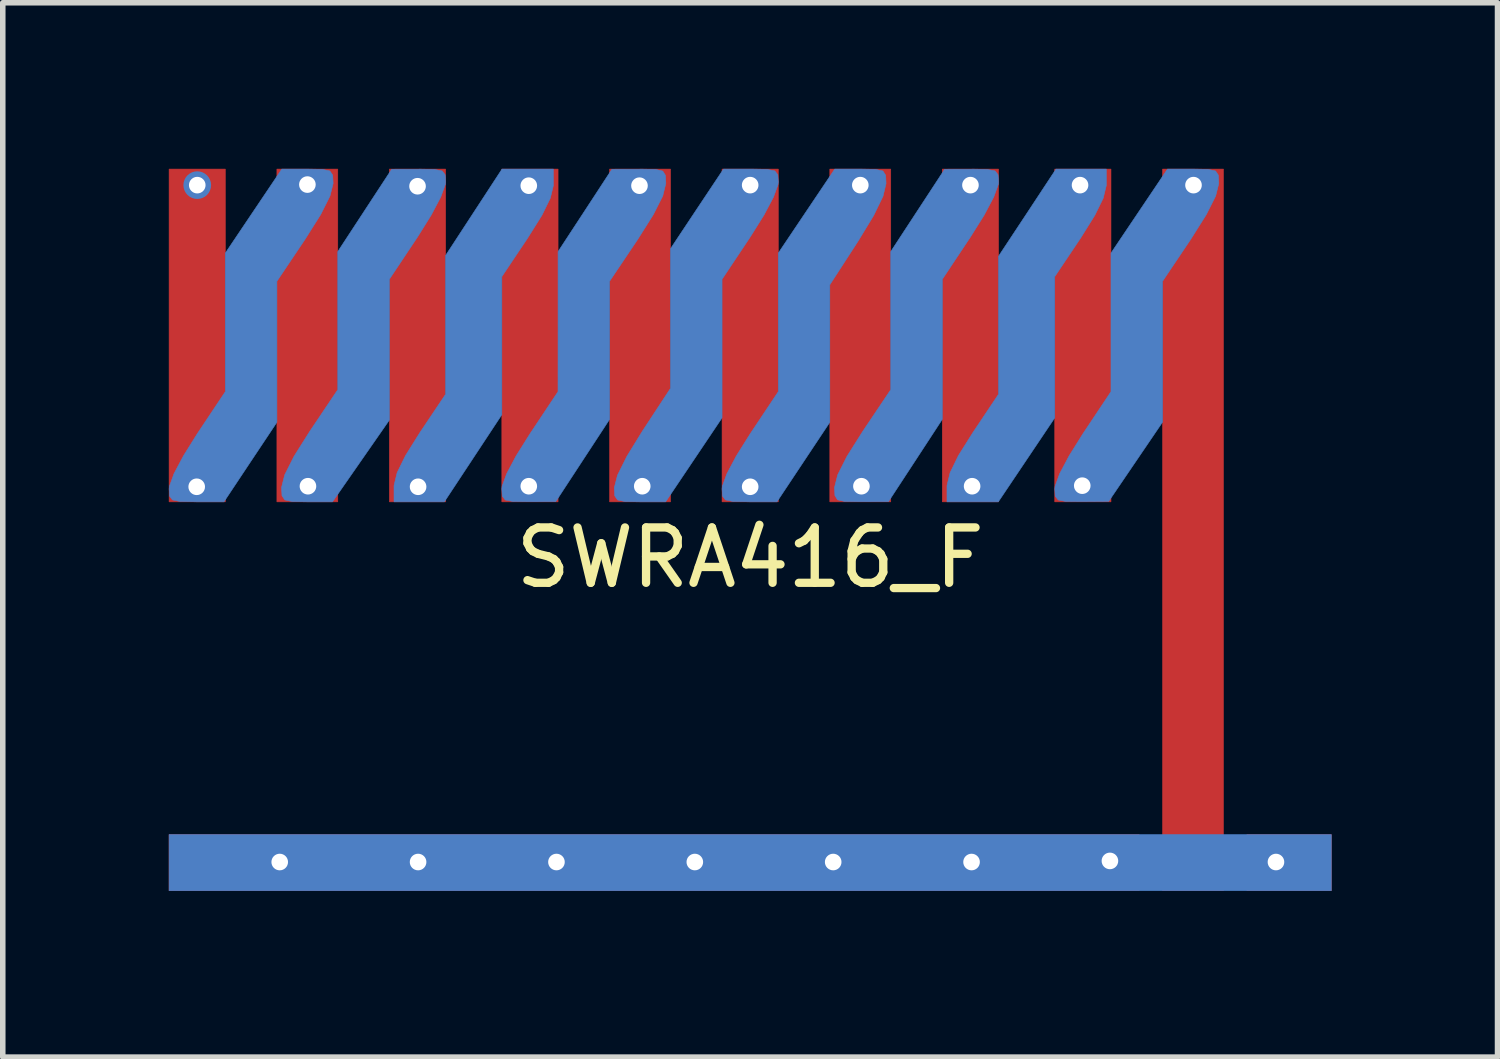
<source format=kicad_pcb>
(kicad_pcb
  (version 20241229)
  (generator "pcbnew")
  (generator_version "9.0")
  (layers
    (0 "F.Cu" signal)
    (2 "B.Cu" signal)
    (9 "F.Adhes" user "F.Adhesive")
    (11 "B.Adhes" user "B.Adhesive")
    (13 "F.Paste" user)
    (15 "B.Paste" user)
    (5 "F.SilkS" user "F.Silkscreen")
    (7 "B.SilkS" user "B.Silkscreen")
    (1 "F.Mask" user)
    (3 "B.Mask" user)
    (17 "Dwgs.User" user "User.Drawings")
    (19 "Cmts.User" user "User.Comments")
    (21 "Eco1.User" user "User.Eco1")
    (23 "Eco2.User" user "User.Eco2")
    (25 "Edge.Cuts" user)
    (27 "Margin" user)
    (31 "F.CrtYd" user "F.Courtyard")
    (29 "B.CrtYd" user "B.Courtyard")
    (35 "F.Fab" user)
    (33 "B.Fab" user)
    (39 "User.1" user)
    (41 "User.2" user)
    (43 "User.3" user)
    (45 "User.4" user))
  (footprint "SWRA416_F"
    (layer "F.Cu")
    (at 9.148 6.411)
    (property "Reference" "SWRA416_F" (at 1.356 0.614 0) (layer "F.SilkS") (effects (font (size 1 1) (thickness 0.15))))
    (attr through_hole)
    (fp_poly (pts (xy -9.143 -0.394) (xy -8.127 -0.394) (xy -8.127 -6.406) (xy -9.143 -6.406) (xy -9.143 -0.394)) (stroke (width 0.01) (type solid)) (fill yes) (layer "F.Cu"))
    (fp_poly (pts (xy -9.143 6.633) (xy 8.383 6.633) (xy 8.383 5.617) (xy -9.143 5.617) (xy -9.143 6.633)) (stroke (width 0.01) (type solid)) (fill yes) (layer "F.Cu"))
    (fp_poly (pts (xy -7.195 -0.394) (xy -6.095 -0.394) (xy -6.095 -6.406) (xy -7.195 -6.406) (xy -7.195 -0.394)) (stroke (width 0.01) (type solid)) (fill yes) (layer "F.Cu"))
    (fp_poly (pts (xy -5.163 -0.394) (xy -4.147 -0.394) (xy -4.147 -6.406) (xy -5.163 -6.406) (xy -5.163 -0.394)) (stroke (width 0.01) (type solid)) (fill yes) (layer "F.Cu"))
    (fp_poly (pts (xy -3.131 -0.394) (xy -2.115 -0.394) (xy -2.115 -6.406) (xy -3.131 -6.406) (xy -3.131 -0.394)) (stroke (width 0.01) (type solid)) (fill yes) (layer "F.Cu"))
    (fp_poly (pts (xy -1.184 -0.394) (xy -0.083 -0.394) (xy -0.083 -6.406) (xy -1.184 -6.406) (xy -1.184 -0.394)) (stroke (width 0.01) (type solid)) (fill yes) (layer "F.Cu"))
    (fp_poly (pts (xy 0.848 -0.394) (xy 1.864 -0.394) (xy 1.864 -6.406) (xy 0.848 -6.406) (xy 0.848 -0.394)) (stroke (width 0.01) (type solid)) (fill yes) (layer "F.Cu"))
    (fp_poly (pts (xy 2.795 -0.394) (xy 3.896 -0.394) (xy 3.896 -6.406) (xy 2.795 -6.406) (xy 2.795 -0.394)) (stroke (width 0.01) (type solid)) (fill yes) (layer "F.Cu"))
    (fp_poly (pts (xy 4.827 -0.394) (xy 5.843 -0.394) (xy 5.843 -6.406) (xy 4.827 -6.406) (xy 4.827 -0.394)) (stroke (width 0.01) (type solid)) (fill yes) (layer "F.Cu"))
    (fp_poly (pts (xy 6.859 -0.394) (xy 7.875 -0.394) (xy 7.875 -6.406) (xy 6.859 -6.406) (xy 6.859 -0.394)) (stroke (width 0.01) (type solid)) (fill yes) (layer "F.Cu"))
    (fp_poly (pts (xy 8.807 6.633) (xy 9.907 6.633) (xy 9.907 -6.406) (xy 8.807 -6.406) (xy 8.807 6.633)) (stroke (width 0.01) (type solid)) (fill yes) (layer "F.Cu"))
    (fp_poly (pts (xy 10.331 6.633) (xy 11.855 6.633) (xy 11.855 5.617) (xy 10.331 5.617) (xy 10.331 6.633)) (stroke (width 0.01) (type solid)) (fill yes) (layer "F.Cu"))
    (fp_poly (pts (xy -9.143 6.633) (xy 11.855 6.633) (xy 11.855 5.617) (xy -9.143 5.617) (xy -9.143 6.633)) (stroke (width 0.01) (type solid)) (fill yes) (layer "B.Cu"))
    (fp_poly (pts (xy -4.147 -4.845) (xy -4.147 -2.337) (xy -4.613 -1.642) (xy -4.871 -1.23) (xy -5.023 -0.92) (xy -5.078 -0.692) (xy -5.079 -0.67) (xy -5.079 -0.394) (xy -4.17 -0.394) (xy -3.65 -1.182) (xy -3.131 -1.969) (xy -3.131 -4.463) (xy -2.666 -5.158) (xy -2.407 -5.571) (xy -2.255 -5.881) (xy -2.2 -6.108) (xy -2.2 -6.13) (xy -2.2 -6.406) (xy -3.128 -6.406) (xy -4.147 -4.845)) (stroke (width 0.01) (type solid)) (fill yes) (layer "B.Cu"))
    (fp_poly (pts (xy 6.363 -5.618) (xy 5.843 -4.831) (xy 5.843 -2.337) (xy 5.378 -1.642) (xy 5.119 -1.23) (xy 4.968 -0.92) (xy 4.913 -0.692) (xy 4.912 -0.67) (xy 4.912 -0.394) (xy 5.839 -0.394) (xy 6.349 -1.153) (xy 6.859 -1.912) (xy 6.859 -4.463) (xy 7.325 -5.158) (xy 7.583 -5.571) (xy 7.735 -5.881) (xy 7.79 -6.108) (xy 7.791 -6.13) (xy 7.791 -6.406) (xy 6.882 -6.406) (xy 6.363 -5.618)) (stroke (width 0.01) (type solid)) (fill yes) (layer "B.Cu"))
    (fp_poly (pts (xy 7.875 -4.888) (xy 7.875 -3.636) (xy 7.875 -2.384) (xy 7.367 -1.622) (xy 7.119 -1.225) (xy 6.947 -0.901) (xy 6.865 -0.674) (xy 6.86 -0.627) (xy 6.868 -0.496) (xy 6.922 -0.427) (xy 7.061 -0.401) (xy 7.327 -0.398) (xy 7.346 -0.398) (xy 7.833 -0.402) (xy 8.807 -1.835) (xy 8.807 -4.38) (xy 9.315 -5.136) (xy 9.598 -5.585) (xy 9.766 -5.919) (xy 9.823 -6.146) (xy 9.823 -6.149) (xy 9.815 -6.296) (xy 9.764 -6.372) (xy 9.629 -6.401) (xy 9.366 -6.406) (xy 8.896 -6.406) (xy 7.875 -4.888)) (stroke (width 0.01) (type solid)) (fill yes) (layer "B.Cu"))
    (fp_poly (pts (xy -8.127 -4.888) (xy -8.127 -3.636) (xy -8.127 -2.384) (xy -8.635 -1.622) (xy -8.883 -1.225) (xy -9.055 -0.901) (xy -9.137 -0.674) (xy -9.142 -0.627) (xy -9.134 -0.497) (xy -9.081 -0.428) (xy -8.943 -0.4) (xy -8.679 -0.395) (xy -8.647 -0.394) (xy -8.152 -0.394) (xy -7.674 -1.113) (xy -7.195 -1.832) (xy -7.195 -4.38) (xy -6.687 -5.136) (xy -6.404 -5.585) (xy -6.236 -5.919) (xy -6.179 -6.146) (xy -6.179 -6.149) (xy -6.187 -6.296) (xy -6.238 -6.372) (xy -6.373 -6.401) (xy -6.636 -6.406) (xy -7.106 -6.406) (xy -8.127 -4.888)) (stroke (width 0.01) (type solid)) (fill yes) (layer "B.Cu"))
    (fp_poly (pts (xy -4.634 -6.404) (xy -5.121 -6.403) (xy -5.608 -5.659) (xy -6.095 -4.915) (xy -6.095 -2.42) (xy -6.603 -1.664) (xy -6.886 -1.215) (xy -7.054 -0.881) (xy -7.111 -0.654) (xy -7.111 -0.652) (xy -7.103 -0.504) (xy -7.052 -0.428) (xy -6.915 -0.399) (xy -6.651 -0.394) (xy -6.191 -0.394) (xy -5.677 -1.133) (xy -5.163 -1.872) (xy -5.163 -4.416) (xy -4.655 -5.178) (xy -4.407 -5.575) (xy -4.235 -5.9) (xy -4.153 -6.126) (xy -4.147 -6.173) (xy -4.156 -6.304) (xy -4.21 -6.373) (xy -4.35 -6.4) (xy -4.616 -6.405) (xy -4.634 -6.404)) (stroke (width 0.01) (type solid)) (fill yes) (layer "B.Cu"))
    (fp_poly (pts (xy 2.374 -5.647) (xy 1.864 -4.888) (xy 1.864 -3.636) (xy 1.864 -2.384) (xy 1.356 -1.622) (xy 1.107 -1.225) (xy 0.935 -0.901) (xy 0.853 -0.674) (xy 0.848 -0.627) (xy 0.857 -0.497) (xy 0.91 -0.428) (xy 1.048 -0.4) (xy 1.311 -0.395) (xy 1.343 -0.394) (xy 1.839 -0.394) (xy 2.317 -1.113) (xy 2.795 -1.832) (xy 2.795 -4.316) (xy 3.303 -5.1) (xy 3.587 -5.567) (xy 3.756 -5.915) (xy 3.811 -6.145) (xy 3.804 -6.294) (xy 3.754 -6.372) (xy 3.62 -6.401) (xy 3.359 -6.406) (xy 2.884 -6.406) (xy 2.374 -5.647)) (stroke (width 0.01) (type solid)) (fill yes) (layer "B.Cu"))
    (fp_poly (pts (xy 0.395 -5.687) (xy -0.083 -4.968) (xy -0.083 -2.445) (xy -0.591 -1.671) (xy -0.87 -1.218) (xy -1.041 -0.875) (xy -1.099 -0.648) (xy -1.099 -0.646) (xy -1.091 -0.502) (xy -1.039 -0.427) (xy -0.901 -0.399) (xy -0.636 -0.394) (xy -0.172 -0.394) (xy 0.338 -1.153) (xy 0.848 -1.912) (xy 0.848 -3.164) (xy 0.848 -4.416) (xy 1.356 -5.178) (xy 1.605 -5.575) (xy 1.777 -5.9) (xy 1.859 -6.126) (xy 1.864 -6.173) (xy 1.855 -6.303) (xy 1.802 -6.373) (xy 1.664 -6.401) (xy 1.401 -6.406) (xy 1.369 -6.406) (xy 0.874 -6.406) (xy 0.395 -5.687)) (stroke (width 0.01) (type solid)) (fill yes) (layer "B.Cu"))
    (fp_poly (pts (xy 5.357 -6.404) (xy 4.87 -6.403) (xy 3.896 -4.915) (xy 3.896 -2.42) (xy 3.388 -1.664) (xy 3.105 -1.215) (xy 2.937 -0.881) (xy 2.88 -0.654) (xy 2.88 -0.652) (xy 2.887 -0.507) (xy 2.935 -0.43) (xy 3.065 -0.401) (xy 3.317 -0.396) (xy 3.367 -0.396) (xy 3.854 -0.397) (xy 4.341 -1.141) (xy 4.827 -1.885) (xy 4.828 -3.151) (xy 4.828 -4.416) (xy 5.335 -5.178) (xy 5.584 -5.575) (xy 5.756 -5.9) (xy 5.838 -6.126) (xy 5.843 -6.173) (xy 5.834 -6.304) (xy 5.78 -6.373) (xy 5.641 -6.4) (xy 5.374 -6.405) (xy 5.357 -6.404)) (stroke (width 0.01) (type solid)) (fill yes) (layer "B.Cu"))
    (fp_poly (pts (xy -0.655 -6.404) (xy -1.142 -6.403) (xy -1.628 -5.659) (xy -2.115 -4.915) (xy -2.115 -3.65) (xy -2.116 -2.384) (xy -2.623 -1.622) (xy -2.872 -1.225) (xy -3.044 -0.901) (xy -3.126 -0.674) (xy -3.131 -0.627) (xy -3.122 -0.496) (xy -3.068 -0.427) (xy -2.929 -0.4) (xy -2.662 -0.396) (xy -2.644 -0.396) (xy -2.158 -0.397) (xy -1.671 -1.141) (xy -1.184 -1.885) (xy -1.184 -4.38) (xy -0.676 -5.136) (xy -0.393 -5.585) (xy -0.224 -5.919) (xy -0.168 -6.146) (xy -0.168 -6.149) (xy -0.175 -6.293) (xy -0.223 -6.37) (xy -0.352 -6.4) (xy -0.605 -6.405) (xy -0.655 -6.404)) (stroke (width 0.01) (type solid)) (fill yes) (layer "B.Cu"))
    (pad "" thru_hole circle (at -8.644 -0.666) (size 0.5 0.5) (drill 0.3) (layers "*.Cu"))
    (pad "" thru_hole circle (at -8.634 -6.116) (size 0.5 0.5) (drill 0.3) (layers "*.Cu"))
    (pad "" thru_hole circle (at -7.144 6.114) (size 0.5 0.5) (drill 0.3) (layers "*.Cu" "*.Mask"))
    (pad "" thru_hole circle (at -6.644 -6.126) (size 0.5 0.5) (drill 0.3) (layers "*.Cu"))
    (pad "" thru_hole circle (at -6.634 -0.676) (size 0.5 0.5) (drill 0.3) (layers "*.Cu"))
    (pad "" thru_hole circle (at -4.654 -6.096) (size 0.5 0.5) (drill 0.3) (layers "*.Cu"))
    (pad "" thru_hole circle (at -4.644 -0.666) (size 0.5 0.5) (drill 0.3) (layers "*.Cu"))
    (pad "" thru_hole circle (at -4.644 6.114) (size 0.5 0.5) (drill 0.3) (layers "*.Cu" "*.Mask"))
    (pad "" thru_hole circle (at -2.644 -6.106) (size 0.5 0.5) (drill 0.3) (layers "*.Cu"))
    (pad "" thru_hole circle (at -2.644 -0.676) (size 0.5 0.5) (drill 0.3) (layers "*.Cu"))
    (pad "" thru_hole circle (at -2.144 6.114) (size 0.5 0.5) (drill 0.3) (layers "*.Cu" "*.Mask"))
    (pad "" thru_hole circle (at -0.644 -6.106) (size 0.5 0.5) (drill 0.3) (layers "*.Cu"))
    (pad "" thru_hole circle (at -0.594 -0.676) (size 0.5 0.5) (drill 0.3) (layers "*.Cu"))
    (pad "" thru_hole circle (at 0.356 6.114) (size 0.5 0.5) (drill 0.3) (layers "*.Cu" "*.Mask"))
    (pad "" thru_hole circle (at 1.356 -6.116) (size 0.5 0.5) (drill 0.3) (layers "*.Cu"))
    (pad "" thru_hole circle (at 1.356 -0.666) (size 0.5 0.5) (drill 0.3) (layers "*.Cu"))
    (pad "" thru_hole circle (at 2.856 6.114) (size 0.5 0.5) (drill 0.3) (layers "*.Cu" "*.Mask"))
    (pad "" thru_hole circle (at 3.346 -6.116) (size 0.5 0.5) (drill 0.3) (layers "*.Cu"))
    (pad "" thru_hole circle (at 3.366 -0.676) (size 0.5 0.5) (drill 0.3) (layers "*.Cu"))
    (pad "" thru_hole circle (at 5.336 -6.116) (size 0.5 0.5) (drill 0.3) (layers "*.Cu"))
    (pad "" thru_hole circle (at 5.356 6.114) (size 0.5 0.5) (drill 0.3) (layers "*.Cu" "*.Mask"))
    (pad "" thru_hole circle (at 5.366 -0.676) (size 0.5 0.5) (drill 0.3) (layers "*.Cu"))
    (pad "" thru_hole circle (at 7.316 -6.116) (size 0.5 0.5) (drill 0.3) (layers "*.Cu"))
    (pad "" thru_hole circle (at 7.356 -0.686) (size 0.5 0.5) (drill 0.3) (layers "*.Cu"))
    (pad "" thru_hole circle (at 9.366 -6.116) (size 0.5 0.5) (drill 0.3) (layers "*.Cu"))
    (pad "1" smd circle (at 9.356 6.114) (size 0.8 0.8) (layers "F.Cu" "F.Paste"))
    (pad "2" thru_hole circle (at 10.856 6.114) (size 0.5 0.5) (drill 0.3) (layers "*.Cu" "*.Mask"))
    (pad "3" thru_hole circle (at 7.856 6.094) (size 0.5 0.5) (drill 0.3) (layers "*.Cu" "*.Mask")))
  (gr_rect
    (start -3 -3)
    (end 24.007 16.049)
    (stroke (width 0.1) (type default))
    (fill no)
    (layer "Edge.Cuts")))
</source>
